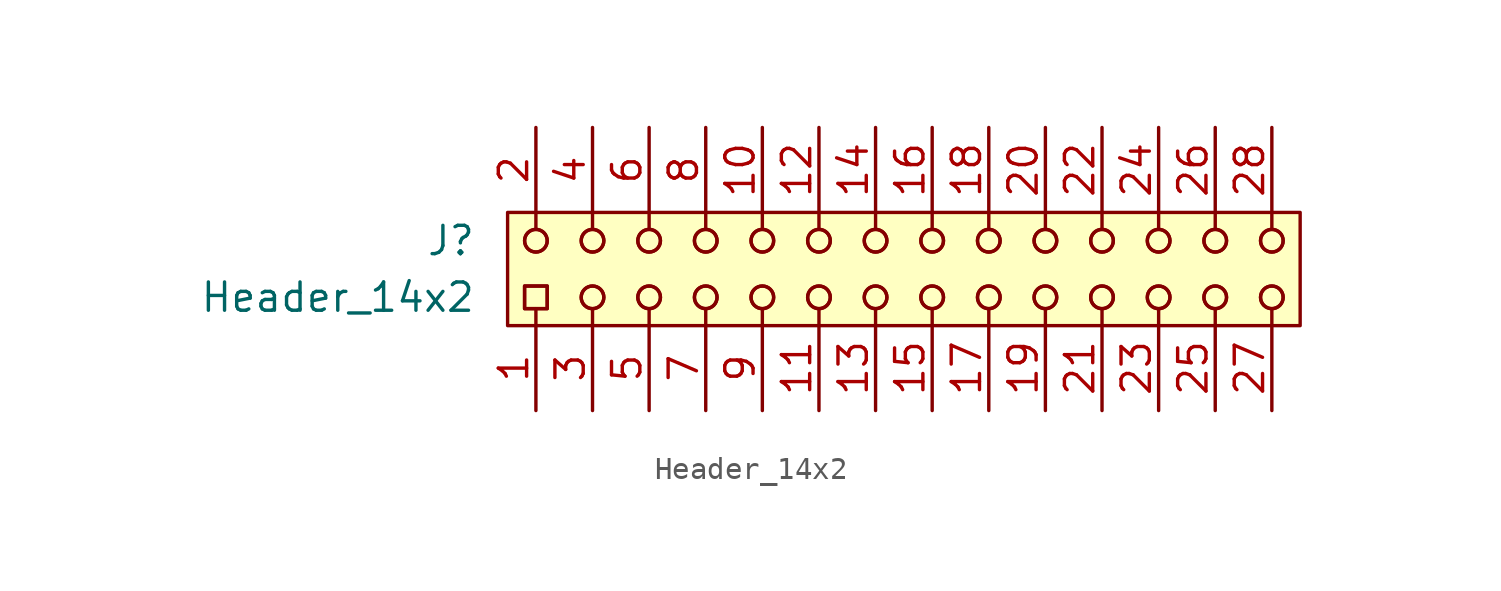
<source format=kicad_sym>
(kicad_symbol_lib
  (version 20220914)
  (generator kicad_symbol_editor)
  (symbol "Header_14x2"
    (pin_names hide)
    (property "Reference" "J"
      (at -19.05 2.54 0)
      (effects (font (size 1.27 1.27))))
    (property "Value" "Header_14x2"
      (at -24.13 0 0)
      (effects (font (size 1.27 1.27))))
    (symbol "Header_14x2_0_0"
      (pin passive line (at -15.24 -5.08 90) (length 3.81) (name "~" (effects (font (size 1.27 1.27)))) (number "1" (effects (font (size 1.27 1.27)))))
      (pin passive line (at -5.08 7.62 270) (length 3.81) (name "~" (effects (font (size 1.27 1.27)))) (number "10" (effects (font (size 1.27 1.27)))))
      (pin passive line (at -2.54 -5.08 90) (length 3.81) (name "~" (effects (font (size 1.27 1.27)))) (number "11" (effects (font (size 1.27 1.27)))))
      (pin passive line (at -2.54 7.62 270) (length 3.81) (name "~" (effects (font (size 1.27 1.27)))) (number "12" (effects (font (size 1.27 1.27)))))
      (pin passive line (at 0 -5.08 90) (length 3.81) (name "~" (effects (font (size 1.27 1.27)))) (number "13" (effects (font (size 1.27 1.27)))))
      (pin passive line (at 0 7.62 270) (length 3.81) (name "~" (effects (font (size 1.27 1.27)))) (number "14" (effects (font (size 1.27 1.27)))))
      (pin passive line (at 2.54 -5.08 90) (length 3.81) (name "~" (effects (font (size 1.27 1.27)))) (number "15" (effects (font (size 1.27 1.27)))))
      (pin passive line (at 2.54 7.62 270) (length 3.81) (name "~" (effects (font (size 1.27 1.27)))) (number "16" (effects (font (size 1.27 1.27)))))
      (pin passive line (at 5.08 -5.08 90) (length 3.81) (name "~" (effects (font (size 1.27 1.27)))) (number "17" (effects (font (size 1.27 1.27)))))
      (pin passive line (at 5.08 7.62 270) (length 3.81) (name "~" (effects (font (size 1.27 1.27)))) (number "18" (effects (font (size 1.27 1.27)))))
      (pin passive line (at 7.62 -5.08 90) (length 3.81) (name "~" (effects (font (size 1.27 1.27)))) (number "19" (effects (font (size 1.27 1.27)))))
      (pin passive line (at -15.24 7.62 270) (length 3.81) (name "~" (effects (font (size 1.27 1.27)))) (number "2" (effects (font (size 1.27 1.27)))))
      (pin passive line (at 7.62 7.62 270) (length 3.81) (name "~" (effects (font (size 1.27 1.27)))) (number "20" (effects (font (size 1.27 1.27)))))
      (pin passive line (at 10.16 -5.08 90) (length 3.81) (name "~" (effects (font (size 1.27 1.27)))) (number "21" (effects (font (size 1.27 1.27)))))
      (pin passive line (at 10.16 7.62 270) (length 3.81) (name "~" (effects (font (size 1.27 1.27)))) (number "22" (effects (font (size 1.27 1.27)))))
      (pin passive line (at 12.7 -5.08 90) (length 3.81) (name "~" (effects (font (size 1.27 1.27)))) (number "23" (effects (font (size 1.27 1.27)))))
      (pin passive line (at 12.7 7.62 270) (length 3.81) (name "~" (effects (font (size 1.27 1.27)))) (number "24" (effects (font (size 1.27 1.27)))))
      (pin passive line (at 15.24 -5.08 90) (length 3.81) (name "~" (effects (font (size 1.27 1.27)))) (number "25" (effects (font (size 1.27 1.27)))))
      (pin passive line (at 15.24 7.62 270) (length 3.81) (name "~" (effects (font (size 1.27 1.27)))) (number "26" (effects (font (size 1.27 1.27)))))
      (pin passive line (at 17.78 -5.08 90) (length 3.81) (name "~" (effects (font (size 1.27 1.27)))) (number "27" (effects (font (size 1.27 1.27)))))
      (pin passive line (at 17.78 7.62 270) (length 3.81) (name "~" (effects (font (size 1.27 1.27)))) (number "28" (effects (font (size 1.27 1.27)))))
      (pin passive line (at -12.7 -5.08 90) (length 3.81) (name "~" (effects (font (size 1.27 1.27)))) (number "3" (effects (font (size 1.27 1.27)))))
      (pin passive line (at -12.7 7.62 270) (length 3.81) (name "~" (effects (font (size 1.27 1.27)))) (number "4" (effects (font (size 1.27 1.27)))))
      (pin passive line (at -10.16 -5.08 90) (length 3.81) (name "~" (effects (font (size 1.27 1.27)))) (number "5" (effects (font (size 1.27 1.27)))))
      (pin passive line (at -10.16 7.62 270) (length 3.81) (name "~" (effects (font (size 1.27 1.27)))) (number "6" (effects (font (size 1.27 1.27)))))
      (pin passive line (at -7.62 -5.08 90) (length 3.81) (name "~" (effects (font (size 1.27 1.27)))) (number "7" (effects (font (size 1.27 1.27)))))
      (pin passive line (at -7.62 7.62 270) (length 3.81) (name "~" (effects (font (size 1.27 1.27)))) (number "8" (effects (font (size 1.27 1.27)))))
      (pin passive line (at -5.08 -5.08 90) (length 3.81) (name "~" (effects (font (size 1.27 1.27)))) (number "9" (effects (font (size 1.27 1.27))))))
    (symbol "Header_14x2_0_1"
      (rectangle (start -16.51 3.81) (end 19.05 -1.27) (stroke (width 0.152) (type default)) (fill (type background)))
      (rectangle (start -15.748 0.508) (end -14.732 -0.508) (stroke (width 0) (type default)) (fill (type none)))
      (rectangle (start -15.748 0.508) (end -14.732 -0.508) (stroke (width 0) (type default)) (fill (type none)))
      (circle (center -15.24 2.54) (radius 0.508) (stroke (width 0) (type default)) (fill (type none)))
      (circle (center -15.24 2.54) (radius 0.508) (stroke (width 0) (type default)) (fill (type none)))
      (circle (center -12.7 0) (radius 0.508) (stroke (width 0) (type default)) (fill (type none)))
      (circle (center -12.7 0) (radius 0.508) (stroke (width 0) (type default)) (fill (type none)))
      (circle (center -12.7 2.54) (radius 0.508) (stroke (width 0) (type default)) (fill (type none)))
      (circle (center -12.7 2.54) (radius 0.508) (stroke (width 0) (type default)) (fill (type none)))
      (circle (center -10.16 0) (radius 0.508) (stroke (width 0) (type default)) (fill (type none)))
      (circle (center -10.16 0) (radius 0.508) (stroke (width 0) (type default)) (fill (type none)))
      (circle (center -10.16 2.54) (radius 0.508) (stroke (width 0) (type default)) (fill (type none)))
      (circle (center -10.16 2.54) (radius 0.508) (stroke (width 0) (type default)) (fill (type none)))
      (circle (center -7.62 0) (radius 0.508) (stroke (width 0) (type default)) (fill (type none)))
      (circle (center -7.62 0) (radius 0.508) (stroke (width 0) (type default)) (fill (type none)))
      (circle (center -7.62 2.54) (radius 0.508) (stroke (width 0) (type default)) (fill (type none)))
      (circle (center -7.62 2.54) (radius 0.508) (stroke (width 0) (type default)) (fill (type none)))
      (circle (center -5.08 0) (radius 0.508) (stroke (width 0) (type default)) (fill (type none)))
      (circle (center -5.08 0) (radius 0.508) (stroke (width 0) (type default)) (fill (type none)))
      (circle (center -5.08 2.54) (radius 0.508) (stroke (width 0) (type default)) (fill (type none)))
      (circle (center -5.08 2.54) (radius 0.508) (stroke (width 0) (type default)) (fill (type none)))
      (circle (center -2.54 0) (radius 0.508) (stroke (width 0) (type default)) (fill (type none)))
      (circle (center -2.54 0) (radius 0.508) (stroke (width 0) (type default)) (fill (type none)))
      (circle (center -2.54 2.54) (radius 0.508) (stroke (width 0) (type default)) (fill (type none)))
      (circle (center -2.54 2.54) (radius 0.508) (stroke (width 0) (type default)) (fill (type none)))
      (polyline (pts (xy -15.24 -0.508) (xy -15.24 -1.27)) (stroke (width 0) (type default)) (fill (type none)))
      (polyline (pts (xy -15.24 3.048) (xy -15.24 3.81)) (stroke (width 0) (type default)) (fill (type none)))
      (polyline (pts (xy -12.7 -0.508) (xy -12.7 -1.27)) (stroke (width 0) (type default)) (fill (type none)))
      (polyline (pts (xy -12.7 3.048) (xy -12.7 3.81)) (stroke (width 0) (type default)) (fill (type none)))
      (polyline (pts (xy -10.16 -0.508) (xy -10.16 -1.27)) (stroke (width 0) (type default)) (fill (type none)))
      (polyline (pts (xy -10.16 3.048) (xy -10.16 3.81)) (stroke (width 0) (type default)) (fill (type none)))
      (polyline (pts (xy -7.62 -0.508) (xy -7.62 -1.27)) (stroke (width 0) (type default)) (fill (type none)))
      (polyline (pts (xy -7.62 3.048) (xy -7.62 3.81)) (stroke (width 0) (type default)) (fill (type none)))
      (polyline (pts (xy -5.08 -0.508) (xy -5.08 -1.27)) (stroke (width 0) (type default)) (fill (type none)))
      (polyline (pts (xy -5.08 3.048) (xy -5.08 3.81)) (stroke (width 0) (type default)) (fill (type none)))
      (polyline (pts (xy -2.54 -0.508) (xy -2.54 -1.27)) (stroke (width 0) (type default)) (fill (type none)))
      (polyline (pts (xy -2.54 3.048) (xy -2.54 3.81)) (stroke (width 0) (type default)) (fill (type none)))
      (polyline (pts (xy 0 -0.508) (xy 0 -1.27)) (stroke (width 0) (type default)) (fill (type none)))
      (polyline (pts (xy 0 3.048) (xy 0 3.81)) (stroke (width 0) (type default)) (fill (type none)))
      (polyline (pts (xy 2.54 -0.508) (xy 2.54 -1.27)) (stroke (width 0) (type default)) (fill (type none)))
      (polyline (pts (xy 2.54 3.048) (xy 2.54 3.81)) (stroke (width 0) (type default)) (fill (type none)))
      (polyline (pts (xy 5.08 -0.508) (xy 5.08 -1.27)) (stroke (width 0) (type default)) (fill (type none)))
      (polyline (pts (xy 5.08 3.048) (xy 5.08 3.81)) (stroke (width 0) (type default)) (fill (type none)))
      (polyline (pts (xy 7.62 -0.508) (xy 7.62 -1.27)) (stroke (width 0) (type default)) (fill (type none)))
      (polyline (pts (xy 7.62 3.048) (xy 7.62 3.81)) (stroke (width 0) (type default)) (fill (type none)))
      (polyline (pts (xy 10.16 -0.508) (xy 10.16 -1.27)) (stroke (width 0) (type default)) (fill (type none)))
      (polyline (pts (xy 10.16 3.048) (xy 10.16 3.81)) (stroke (width 0) (type default)) (fill (type none)))
      (polyline (pts (xy 12.7 -0.508) (xy 12.7 -1.27)) (stroke (width 0) (type default)) (fill (type none)))
      (polyline (pts (xy 12.7 3.048) (xy 12.7 3.81)) (stroke (width 0) (type default)) (fill (type none)))
      (polyline (pts (xy 15.24 -0.508) (xy 15.24 -1.27)) (stroke (width 0) (type default)) (fill (type none)))
      (polyline (pts (xy 15.24 3.048) (xy 15.24 3.81)) (stroke (width 0) (type default)) (fill (type none)))
      (polyline (pts (xy 17.78 -0.508) (xy 17.78 -1.27)) (stroke (width 0) (type default)) (fill (type none)))
      (polyline (pts (xy 17.78 3.048) (xy 17.78 3.81)) (stroke (width 0) (type default)) (fill (type none)))
      (circle (center 0 0) (radius 0.508) (stroke (width 0) (type default)) (fill (type none)))
      (circle (center 0 0) (radius 0.508) (stroke (width 0) (type default)) (fill (type none)))
      (circle (center 0 2.54) (radius 0.508) (stroke (width 0) (type default)) (fill (type none)))
      (circle (center 0 2.54) (radius 0.508) (stroke (width 0) (type default)) (fill (type none)))
      (circle (center 2.54 0) (radius 0.508) (stroke (width 0) (type default)) (fill (type none)))
      (circle (center 2.54 0) (radius 0.508) (stroke (width 0) (type default)) (fill (type none)))
      (circle (center 2.54 2.54) (radius 0.508) (stroke (width 0) (type default)) (fill (type none)))
      (circle (center 2.54 2.54) (radius 0.508) (stroke (width 0) (type default)) (fill (type none)))
      (circle (center 5.08 0) (radius 0.508) (stroke (width 0) (type default)) (fill (type none)))
      (circle (center 5.08 0) (radius 0.508) (stroke (width 0) (type default)) (fill (type none)))
      (circle (center 5.08 2.54) (radius 0.508) (stroke (width 0) (type default)) (fill (type none)))
      (circle (center 5.08 2.54) (radius 0.508) (stroke (width 0) (type default)) (fill (type none)))
      (circle (center 7.62 0) (radius 0.508) (stroke (width 0) (type default)) (fill (type none)))
      (circle (center 7.62 0) (radius 0.508) (stroke (width 0) (type default)) (fill (type none)))
      (circle (center 7.62 2.54) (radius 0.508) (stroke (width 0) (type default)) (fill (type none)))
      (circle (center 7.62 2.54) (radius 0.508) (stroke (width 0) (type default)) (fill (type none)))
      (circle (center 10.16 0) (radius 0.508) (stroke (width 0) (type default)) (fill (type none)))
      (circle (center 10.16 0) (radius 0.508) (stroke (width 0) (type default)) (fill (type none)))
      (circle (center 10.16 2.54) (radius 0.508) (stroke (width 0) (type default)) (fill (type none)))
      (circle (center 10.16 2.54) (radius 0.508) (stroke (width 0) (type default)) (fill (type none)))
      (circle (center 12.7 0) (radius 0.508) (stroke (width 0) (type default)) (fill (type none)))
      (circle (center 12.7 0) (radius 0.508) (stroke (width 0) (type default)) (fill (type none)))
      (circle (center 12.7 2.54) (radius 0.508) (stroke (width 0) (type default)) (fill (type none)))
      (circle (center 12.7 2.54) (radius 0.508) (stroke (width 0) (type default)) (fill (type none)))
      (circle (center 15.24 0) (radius 0.508) (stroke (width 0) (type default)) (fill (type none)))
      (circle (center 15.24 0) (radius 0.508) (stroke (width 0) (type default)) (fill (type none)))
      (circle (center 15.24 2.54) (radius 0.508) (stroke (width 0) (type default)) (fill (type none)))
      (circle (center 15.24 2.54) (radius 0.508) (stroke (width 0) (type default)) (fill (type none)))
      (circle (center 17.78 0) (radius 0.508) (stroke (width 0) (type default)) (fill (type none)))
      (circle (center 17.78 0) (radius 0.508) (stroke (width 0) (type default)) (fill (type none)))
      (circle (center 17.78 2.54) (radius 0.508) (stroke (width 0) (type default)) (fill (type none)))
      (circle (center 17.78 2.54) (radius 0.508) (stroke (width 0) (type default)) (fill (type none))))))
</source>
